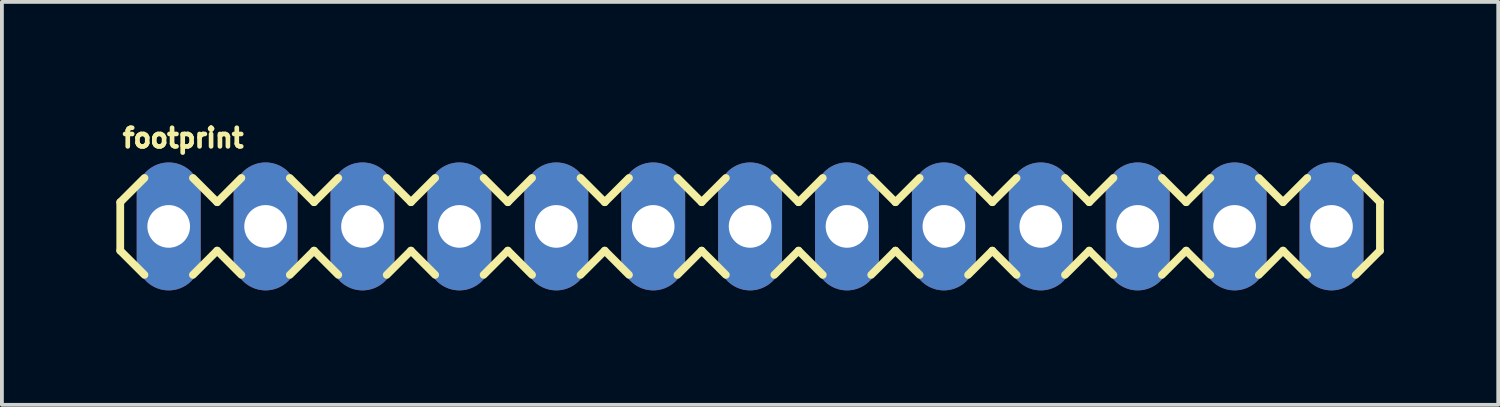
<source format=kicad_pcb>
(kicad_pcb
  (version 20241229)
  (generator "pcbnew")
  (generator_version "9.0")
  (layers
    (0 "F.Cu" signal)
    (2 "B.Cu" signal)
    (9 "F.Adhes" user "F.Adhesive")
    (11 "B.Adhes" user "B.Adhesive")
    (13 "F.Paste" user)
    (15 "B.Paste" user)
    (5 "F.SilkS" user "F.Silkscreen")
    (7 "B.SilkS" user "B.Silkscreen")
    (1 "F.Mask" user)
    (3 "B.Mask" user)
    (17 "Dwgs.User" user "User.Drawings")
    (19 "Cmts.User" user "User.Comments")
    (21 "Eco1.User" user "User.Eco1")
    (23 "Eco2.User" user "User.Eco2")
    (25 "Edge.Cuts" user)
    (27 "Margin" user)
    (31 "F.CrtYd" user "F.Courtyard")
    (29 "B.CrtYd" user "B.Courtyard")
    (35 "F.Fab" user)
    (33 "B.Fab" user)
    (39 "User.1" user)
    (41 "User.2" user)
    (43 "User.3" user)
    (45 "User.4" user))
  (footprint "footprint"
    (layer "F.Cu")
    (at 1.372 2.885)
    (property "Reference" "footprint" (at -1.27 -2.032 0) (layer "F.SilkS") (effects (font (size 0.488 0.488) (thickness 0.122)) (justify left bottom)))
    (fp_line (start -1.27 -0.635) (end -1.27 0.635) (stroke (width 0.203) (type solid)) (layer "F.SilkS"))
    (fp_line (start -1.27 0.635) (end -0.635 1.27) (stroke (width 0.203) (type solid)) (layer "F.SilkS"))
    (fp_line (start -0.635 -1.27) (end -1.27 -0.635) (stroke (width 0.203) (type solid)) (layer "F.SilkS"))
    (fp_line (start 0.635 -1.27) (end 1.27 -0.635) (stroke (width 0.203) (type solid)) (layer "F.SilkS"))
    (fp_line (start 1.27 -0.635) (end 1.905 -1.27) (stroke (width 0.203) (type solid)) (layer "F.SilkS"))
    (fp_line (start 1.27 0.635) (end 0.635 1.27) (stroke (width 0.203) (type solid)) (layer "F.SilkS"))
    (fp_line (start 1.905 1.27) (end 1.27 0.635) (stroke (width 0.203) (type solid)) (layer "F.SilkS"))
    (fp_line (start 3.175 -1.27) (end 3.81 -0.635) (stroke (width 0.203) (type solid)) (layer "F.SilkS"))
    (fp_line (start 3.81 -0.635) (end 4.445 -1.27) (stroke (width 0.203) (type solid)) (layer "F.SilkS"))
    (fp_line (start 3.81 0.635) (end 3.175 1.27) (stroke (width 0.203) (type solid)) (layer "F.SilkS"))
    (fp_line (start 4.445 1.27) (end 3.81 0.635) (stroke (width 0.203) (type solid)) (layer "F.SilkS"))
    (fp_line (start 5.715 -1.27) (end 6.35 -0.635) (stroke (width 0.203) (type solid)) (layer "F.SilkS"))
    (fp_line (start 6.35 0.635) (end 5.715 1.27) (stroke (width 0.203) (type solid)) (layer "F.SilkS"))
    (fp_line (start 6.35 0.635) (end 6.985 1.27) (stroke (width 0.203) (type solid)) (layer "F.SilkS"))
    (fp_line (start 6.985 -1.27) (end 6.35 -0.635) (stroke (width 0.203) (type solid)) (layer "F.SilkS"))
    (fp_line (start 8.255 -1.27) (end 8.89 -0.635) (stroke (width 0.203) (type solid)) (layer "F.SilkS"))
    (fp_line (start 8.89 -0.635) (end 9.525 -1.27) (stroke (width 0.203) (type solid)) (layer "F.SilkS"))
    (fp_line (start 8.89 0.635) (end 8.255 1.27) (stroke (width 0.203) (type solid)) (layer "F.SilkS"))
    (fp_line (start 9.525 1.27) (end 8.89 0.635) (stroke (width 0.203) (type solid)) (layer "F.SilkS"))
    (fp_line (start 10.795 -1.27) (end 11.43 -0.635) (stroke (width 0.203) (type solid)) (layer "F.SilkS"))
    (fp_line (start 11.43 -0.635) (end 12.065 -1.27) (stroke (width 0.203) (type solid)) (layer "F.SilkS"))
    (fp_line (start 11.43 0.635) (end 10.795 1.27) (stroke (width 0.203) (type solid)) (layer "F.SilkS"))
    (fp_line (start 12.065 1.27) (end 11.43 0.635) (stroke (width 0.203) (type solid)) (layer "F.SilkS"))
    (fp_line (start 13.335 -1.27) (end 13.97 -0.635) (stroke (width 0.203) (type solid)) (layer "F.SilkS"))
    (fp_line (start 13.97 0.635) (end 13.335 1.27) (stroke (width 0.203) (type solid)) (layer "F.SilkS"))
    (fp_line (start 13.97 0.635) (end 14.605 1.27) (stroke (width 0.203) (type solid)) (layer "F.SilkS"))
    (fp_line (start 14.605 -1.27) (end 13.97 -0.635) (stroke (width 0.203) (type solid)) (layer "F.SilkS"))
    (fp_line (start 15.875 -1.27) (end 16.51 -0.635) (stroke (width 0.203) (type solid)) (layer "F.SilkS"))
    (fp_line (start 16.51 0.635) (end 15.875 1.27) (stroke (width 0.203) (type solid)) (layer "F.SilkS"))
    (fp_line (start 16.51 0.635) (end 17.145 1.27) (stroke (width 0.203) (type solid)) (layer "F.SilkS"))
    (fp_line (start 17.145 -1.27) (end 16.51 -0.635) (stroke (width 0.203) (type solid)) (layer "F.SilkS"))
    (fp_line (start 18.415 -1.27) (end 19.05 -0.635) (stroke (width 0.203) (type solid)) (layer "F.SilkS"))
    (fp_line (start 19.05 -0.635) (end 19.685 -1.27) (stroke (width 0.203) (type solid)) (layer "F.SilkS"))
    (fp_line (start 19.05 0.635) (end 18.415 1.27) (stroke (width 0.203) (type solid)) (layer "F.SilkS"))
    (fp_line (start 19.685 1.27) (end 19.05 0.635) (stroke (width 0.203) (type solid)) (layer "F.SilkS"))
    (fp_line (start 20.955 -1.27) (end 21.59 -0.635) (stroke (width 0.203) (type solid)) (layer "F.SilkS"))
    (fp_line (start 21.59 -0.635) (end 22.225 -1.27) (stroke (width 0.203) (type solid)) (layer "F.SilkS"))
    (fp_line (start 21.59 0.635) (end 20.955 1.27) (stroke (width 0.203) (type solid)) (layer "F.SilkS"))
    (fp_line (start 22.225 1.27) (end 21.59 0.635) (stroke (width 0.203) (type solid)) (layer "F.SilkS"))
    (fp_line (start 23.495 -1.27) (end 24.13 -0.635) (stroke (width 0.203) (type solid)) (layer "F.SilkS"))
    (fp_line (start 24.13 0.635) (end 23.495 1.27) (stroke (width 0.203) (type solid)) (layer "F.SilkS"))
    (fp_line (start 24.13 0.635) (end 24.765 1.27) (stroke (width 0.203) (type solid)) (layer "F.SilkS"))
    (fp_line (start 24.765 -1.27) (end 24.13 -0.635) (stroke (width 0.203) (type solid)) (layer "F.SilkS"))
    (fp_line (start 26.035 -1.27) (end 26.67 -0.635) (stroke (width 0.203) (type solid)) (layer "F.SilkS"))
    (fp_line (start 26.67 -0.635) (end 27.305 -1.27) (stroke (width 0.203) (type solid)) (layer "F.SilkS"))
    (fp_line (start 26.67 0.635) (end 26.035 1.27) (stroke (width 0.203) (type solid)) (layer "F.SilkS"))
    (fp_line (start 27.305 1.27) (end 26.67 0.635) (stroke (width 0.203) (type solid)) (layer "F.SilkS"))
    (fp_line (start 28.575 -1.27) (end 29.21 -0.635) (stroke (width 0.203) (type solid)) (layer "F.SilkS"))
    (fp_line (start 29.21 -0.635) (end 29.845 -1.27) (stroke (width 0.203) (type solid)) (layer "F.SilkS"))
    (fp_line (start 29.21 0.635) (end 28.575 1.27) (stroke (width 0.203) (type solid)) (layer "F.SilkS"))
    (fp_line (start 29.845 1.27) (end 29.21 0.635) (stroke (width 0.203) (type solid)) (layer "F.SilkS"))
    (fp_line (start 31.115 -1.27) (end 31.75 -0.635) (stroke (width 0.203) (type solid)) (layer "F.SilkS"))
    (fp_line (start 31.75 0.635) (end 31.115 1.27) (stroke (width 0.203) (type solid)) (layer "F.SilkS"))
    (fp_line (start 31.75 0.635) (end 31.75 -0.635) (stroke (width 0.203) (type solid)) (layer "F.SilkS"))
    (fp_poly (pts (xy -0.254 0.254) (xy 0.254 0.254) (xy 0.254 -0.254) (xy -0.254 -0.254)) (stroke (width 0.1) (type solid)) (fill no) (layer "F.Fab"))
    (fp_poly (pts (xy 2.286 0.254) (xy 2.794 0.254) (xy 2.794 -0.254) (xy 2.286 -0.254)) (stroke (width 0.1) (type solid)) (fill no) (layer "F.Fab"))
    (fp_poly (pts (xy 4.826 0.254) (xy 5.334 0.254) (xy 5.334 -0.254) (xy 4.826 -0.254)) (stroke (width 0.1) (type solid)) (fill no) (layer "F.Fab"))
    (fp_poly (pts (xy 7.366 0.254) (xy 7.874 0.254) (xy 7.874 -0.254) (xy 7.366 -0.254)) (stroke (width 0.1) (type solid)) (fill no) (layer "F.Fab"))
    (fp_poly (pts (xy 9.906 0.254) (xy 10.414 0.254) (xy 10.414 -0.254) (xy 9.906 -0.254)) (stroke (width 0.1) (type solid)) (fill no) (layer "F.Fab"))
    (fp_poly (pts (xy 12.446 0.254) (xy 12.954 0.254) (xy 12.954 -0.254) (xy 12.446 -0.254)) (stroke (width 0.1) (type solid)) (fill no) (layer "F.Fab"))
    (fp_poly (pts (xy 14.986 0.254) (xy 15.494 0.254) (xy 15.494 -0.254) (xy 14.986 -0.254)) (stroke (width 0.1) (type solid)) (fill no) (layer "F.Fab"))
    (fp_poly (pts (xy 17.526 0.254) (xy 18.034 0.254) (xy 18.034 -0.254) (xy 17.526 -0.254)) (stroke (width 0.1) (type solid)) (fill no) (layer "F.Fab"))
    (fp_poly (pts (xy 20.066 0.254) (xy 20.574 0.254) (xy 20.574 -0.254) (xy 20.066 -0.254)) (stroke (width 0.1) (type solid)) (fill no) (layer "F.Fab"))
    (fp_poly (pts (xy 22.606 0.254) (xy 23.114 0.254) (xy 23.114 -0.254) (xy 22.606 -0.254)) (stroke (width 0.1) (type solid)) (fill no) (layer "F.Fab"))
    (fp_poly (pts (xy 25.146 0.254) (xy 25.654 0.254) (xy 25.654 -0.254) (xy 25.146 -0.254)) (stroke (width 0.1) (type solid)) (fill no) (layer "F.Fab"))
    (fp_poly (pts (xy 27.686 0.254) (xy 28.194 0.254) (xy 28.194 -0.254) (xy 27.686 -0.254)) (stroke (width 0.1) (type solid)) (fill no) (layer "F.Fab"))
    (fp_poly (pts (xy 30.226 0.254) (xy 30.734 0.254) (xy 30.734 -0.254) (xy 30.226 -0.254)) (stroke (width 0.1) (type solid)) (fill no) (layer "F.Fab"))
    (pad "1" thru_hole oval (at 0 0 90) (size 3.353 1.676) (drill 1.118) (layers "*.Cu" "*.Mask"))
    (pad "2" thru_hole oval (at 2.54 0 90) (size 3.353 1.676) (drill 1.118) (layers "*.Cu" "*.Mask"))
    (pad "3" thru_hole oval (at 5.08 0 90) (size 3.353 1.676) (drill 1.118) (layers "*.Cu" "*.Mask"))
    (pad "4" thru_hole oval (at 7.62 0 90) (size 3.353 1.676) (drill 1.118) (layers "*.Cu" "*.Mask"))
    (pad "5" thru_hole oval (at 10.16 0 90) (size 3.353 1.676) (drill 1.118) (layers "*.Cu" "*.Mask"))
    (pad "6" thru_hole oval (at 12.7 0 90) (size 3.353 1.676) (drill 1.118) (layers "*.Cu" "*.Mask"))
    (pad "7" thru_hole oval (at 15.24 0 90) (size 3.353 1.676) (drill 1.118) (layers "*.Cu" "*.Mask"))
    (pad "8" thru_hole oval (at 17.78 0 90) (size 3.353 1.676) (drill 1.118) (layers "*.Cu" "*.Mask"))
    (pad "9" thru_hole oval (at 20.32 0 90) (size 3.353 1.676) (drill 1.118) (layers "*.Cu" "*.Mask"))
    (pad "10" thru_hole oval (at 22.86 0 90) (size 3.353 1.676) (drill 1.118) (layers "*.Cu" "*.Mask"))
    (pad "11" thru_hole oval (at 25.4 0 90) (size 3.353 1.676) (drill 1.118) (layers "*.Cu" "*.Mask"))
    (pad "12" thru_hole oval (at 27.94 0 90) (size 3.353 1.676) (drill 1.118) (layers "*.Cu" "*.Mask"))
    (pad "13" thru_hole oval (at 30.48 0 90) (size 3.353 1.676) (drill 1.118) (layers "*.Cu" "*.Mask")))
  (gr_rect
    (start -3 -3)
    (end 36.223 7.562)
    (stroke (width 0.1) (type default))
    (fill no)
    (layer "Edge.Cuts")))
</source>
